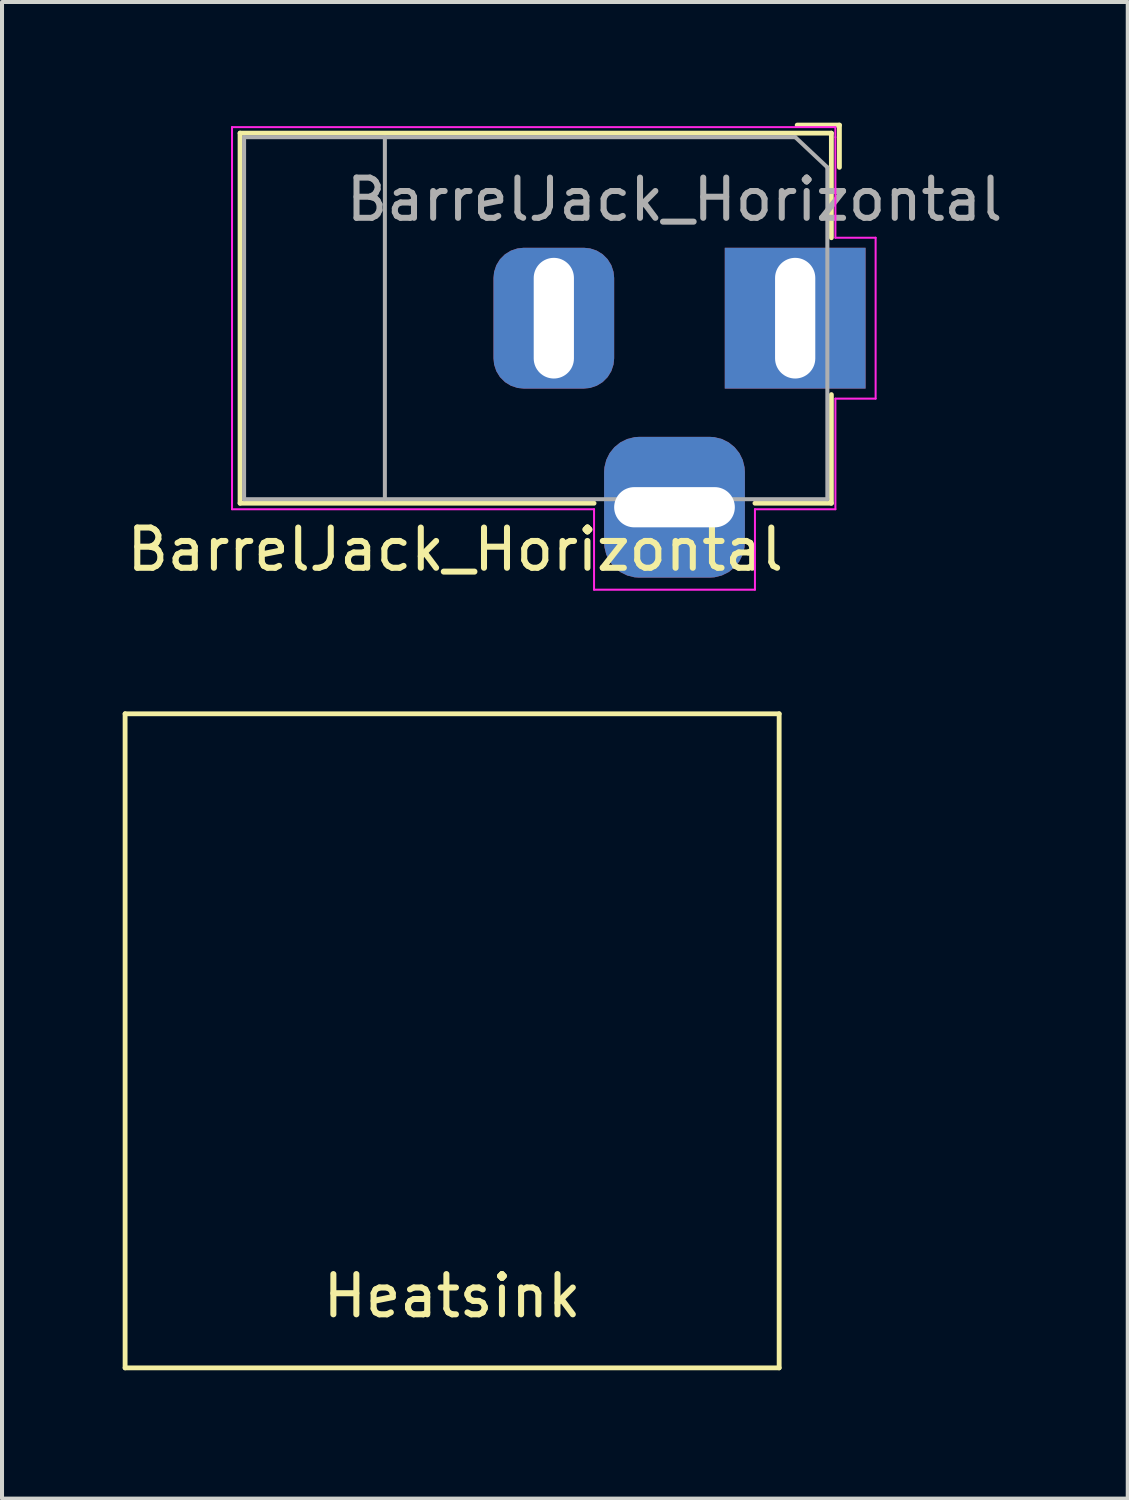
<source format=kicad_pcb>
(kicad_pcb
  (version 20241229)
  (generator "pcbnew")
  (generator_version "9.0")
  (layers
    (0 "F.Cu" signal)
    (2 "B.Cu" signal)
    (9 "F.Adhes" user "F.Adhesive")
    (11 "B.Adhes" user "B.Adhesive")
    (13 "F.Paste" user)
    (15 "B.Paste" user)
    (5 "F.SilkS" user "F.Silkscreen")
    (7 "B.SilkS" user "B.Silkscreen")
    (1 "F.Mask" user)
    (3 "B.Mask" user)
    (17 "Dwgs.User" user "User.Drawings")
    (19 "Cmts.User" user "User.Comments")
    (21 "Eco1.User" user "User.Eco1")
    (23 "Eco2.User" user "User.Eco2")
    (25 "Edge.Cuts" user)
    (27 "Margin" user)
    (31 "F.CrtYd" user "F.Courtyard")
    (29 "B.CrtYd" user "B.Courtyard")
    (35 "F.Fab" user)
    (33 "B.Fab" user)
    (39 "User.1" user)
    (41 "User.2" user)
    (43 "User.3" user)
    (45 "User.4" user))
  (footprint "BarrelJack_Horizontal"
    (layer "F.Cu")
    (at 16.718 4.86)
    (property "Reference" "BarrelJack_Horizontal" (at -8.45 5.75 0) (layer "F.SilkS") (effects (font (size 1 1) (thickness 0.15))))
    (attr through_hole)
    (fp_line (start -13.8 -4.6) (end 0.9 -4.6) (stroke (width 0.12) (type solid)) (layer "F.SilkS"))
    (fp_line (start -13.8 4.6) (end -13.8 -4.6) (stroke (width 0.12) (type solid)) (layer "F.SilkS"))
    (fp_line (start -5 4.6) (end -13.8 4.6) (stroke (width 0.12) (type solid)) (layer "F.SilkS"))
    (fp_line (start 0.05 -4.8) (end 1.1 -4.8) (stroke (width 0.12) (type solid)) (layer "F.SilkS"))
    (fp_line (start 0.9 -4.6) (end 0.9 -2) (stroke (width 0.12) (type solid)) (layer "F.SilkS"))
    (fp_line (start 0.9 1.9) (end 0.9 4.6) (stroke (width 0.12) (type solid)) (layer "F.SilkS"))
    (fp_line (start 0.9 4.6) (end -1 4.6) (stroke (width 0.12) (type solid)) (layer "F.SilkS"))
    (fp_line (start 1.1 -3.75) (end 1.1 -4.8) (stroke (width 0.12) (type solid)) (layer "F.SilkS"))
    (fp_line (start -14 4.75) (end -14 -4.75) (stroke (width 0.05) (type solid)) (layer "F.CrtYd"))
    (fp_line (start -5 4.75) (end -14 4.75) (stroke (width 0.05) (type solid)) (layer "F.CrtYd"))
    (fp_line (start -5 6.75) (end -5 4.75) (stroke (width 0.05) (type solid)) (layer "F.CrtYd"))
    (fp_line (start -1 4.75) (end -1 6.75) (stroke (width 0.05) (type solid)) (layer "F.CrtYd"))
    (fp_line (start -1 6.75) (end -5 6.75) (stroke (width 0.05) (type solid)) (layer "F.CrtYd"))
    (fp_line (start 1 -4.75) (end -14 -4.75) (stroke (width 0.05) (type solid)) (layer "F.CrtYd"))
    (fp_line (start 1 -4.5) (end 1 -4.75) (stroke (width 0.05) (type solid)) (layer "F.CrtYd"))
    (fp_line (start 1 -4.5) (end 1 -2) (stroke (width 0.05) (type solid)) (layer "F.CrtYd"))
    (fp_line (start 1 -2) (end 2 -2) (stroke (width 0.05) (type solid)) (layer "F.CrtYd"))
    (fp_line (start 1 2) (end 1 4.75) (stroke (width 0.05) (type solid)) (layer "F.CrtYd"))
    (fp_line (start 1 4.75) (end -1 4.75) (stroke (width 0.05) (type solid)) (layer "F.CrtYd"))
    (fp_line (start 2 -2) (end 2 2) (stroke (width 0.05) (type solid)) (layer "F.CrtYd"))
    (fp_line (start 2 2) (end 1 2) (stroke (width 0.05) (type solid)) (layer "F.CrtYd"))
    (fp_line (start -13.7 -4.5) (end -13.7 4.5) (stroke (width 0.1) (type solid)) (layer "F.Fab"))
    (fp_line (start -13.7 4.5) (end 0.8 4.5) (stroke (width 0.1) (type solid)) (layer "F.Fab"))
    (fp_line (start -10.2 -4.5) (end -10.2 4.5) (stroke (width 0.1) (type solid)) (layer "F.Fab"))
    (fp_line (start -0.003 -4.505) (end 0.8 -3.75) (stroke (width 0.1) (type solid)) (layer "F.Fab"))
    (fp_line (start 0 -4.5) (end -13.7 -4.5) (stroke (width 0.1) (type solid)) (layer "F.Fab"))
    (fp_line (start 0.8 4.5) (end 0.8 -3.75) (stroke (width 0.1) (type solid)) (layer "F.Fab"))
    (fp_text user "${REFERENCE}" (at -3 -2.95 0) (layer "F.Fab") (effects (font (size 1 1) (thickness 0.15))))
    (pad "1" thru_hole rect (at 0 0) (size 3.5 3.5) (drill oval 1 3) (layers "*.Cu" "*.Mask"))
    (pad "2" thru_hole roundrect (at -6 0) (size 3 3.5) (drill oval 1 3) (layers "*.Cu" "*.Mask") (roundrect_rratio 0.25))
    (pad "3" thru_hole roundrect (at -3 4.7) (size 3.5 3.5) (drill oval 3 1) (layers "*.Cu" "*.Mask") (roundrect_rratio 0.25)))
  (footprint "Heatsink"
    (layer "F.Cu")
    (at 8.19 30.955)
    (property "Reference" "Heatsink" (at 0 -1.786 0) (layer "F.SilkS") (effects (font (size 1 1) (thickness 0.15))))
    (attr through_hole)
    (fp_line (start -8.13 -16.26) (end 8.13 -16.26) (stroke (width 0.12) (type solid)) (layer "F.SilkS"))
    (fp_line (start -8.13 0) (end -8.13 -16.26) (stroke (width 0.12) (type solid)) (layer "F.SilkS"))
    (fp_line (start -8.13 0) (end 8.13 0) (stroke (width 0.12) (type solid)) (layer "F.SilkS"))
    (fp_line (start 8.13 0) (end 8.13 -16.26) (stroke (width 0.12) (type solid)) (layer "F.SilkS")))
  (gr_rect
    (start -3 -3)
    (end 24.986 34.205)
    (stroke (width 0.1) (type default))
    (fill no)
    (layer "Edge.Cuts")))
</source>
